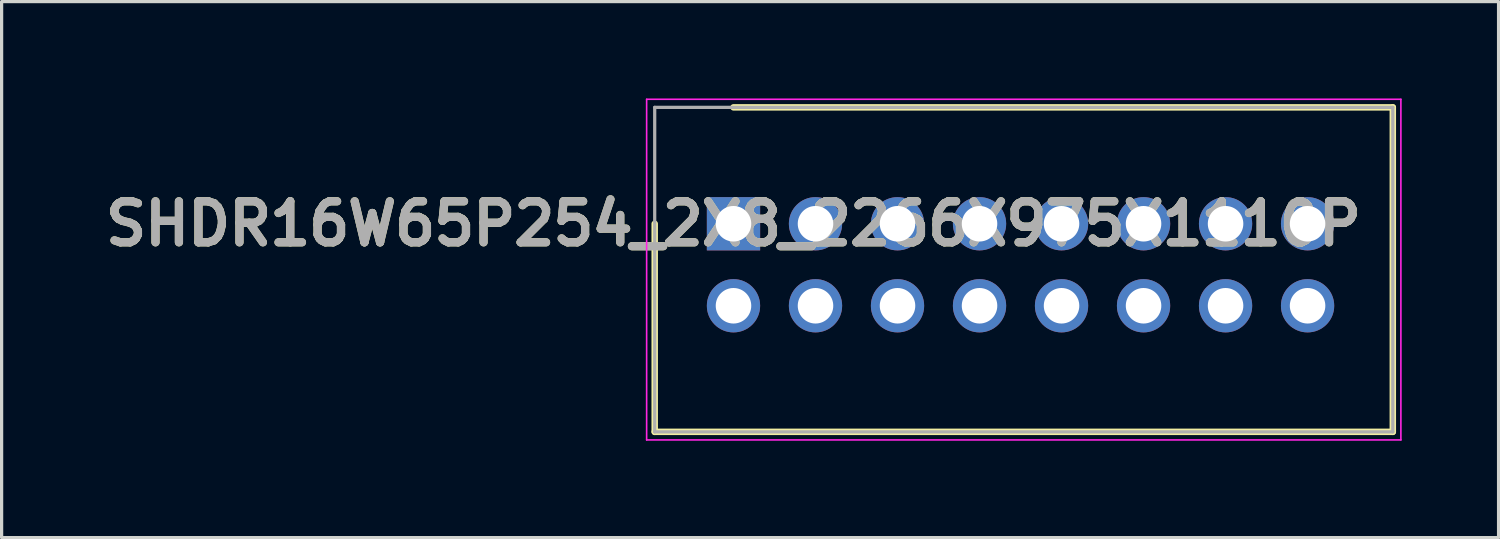
<source format=kicad_pcb>
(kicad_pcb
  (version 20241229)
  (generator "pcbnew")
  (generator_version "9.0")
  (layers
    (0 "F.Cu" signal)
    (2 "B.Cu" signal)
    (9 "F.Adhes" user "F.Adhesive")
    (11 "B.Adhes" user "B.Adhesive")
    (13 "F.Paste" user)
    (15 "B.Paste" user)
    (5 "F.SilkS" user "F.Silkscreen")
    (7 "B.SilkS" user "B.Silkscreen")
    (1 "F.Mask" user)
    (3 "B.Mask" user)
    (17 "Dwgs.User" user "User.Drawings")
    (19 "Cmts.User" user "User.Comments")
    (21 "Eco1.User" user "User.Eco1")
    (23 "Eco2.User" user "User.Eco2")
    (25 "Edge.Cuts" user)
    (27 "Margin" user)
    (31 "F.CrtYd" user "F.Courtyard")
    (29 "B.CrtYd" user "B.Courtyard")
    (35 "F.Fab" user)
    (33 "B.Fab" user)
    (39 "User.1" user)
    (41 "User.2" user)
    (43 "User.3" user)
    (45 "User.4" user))
  (footprint "SHDR16W65P254_2X8_2266X975X1110P"
    (layer "F.Cu")
    (at 19.667 3.88)
    (property "Reference" "SHDR16W65P254_2X8_2266X975X1110P" (at 0 0 0) (layer "F.SilkS") (effects (font (size 1.27 1.27) (thickness 0.254))))
    (attr through_hole)
    (fp_line (start -2.44 6.445) (end -2.44 0) (stroke (width 0.2) (type solid)) (layer "F.SilkS"))
    (fp_line (start 0 -3.605) (end 20.42 -3.605) (stroke (width 0.2) (type solid)) (layer "F.SilkS"))
    (fp_line (start 20.42 -3.605) (end 20.42 6.445) (stroke (width 0.2) (type solid)) (layer "F.SilkS"))
    (fp_line (start 20.42 6.445) (end -2.44 6.445) (stroke (width 0.2) (type solid)) (layer "F.SilkS"))
    (fp_line (start -2.69 -3.855) (end 20.67 -3.855) (stroke (width 0.05) (type solid)) (layer "F.CrtYd"))
    (fp_line (start -2.69 6.695) (end -2.69 -3.855) (stroke (width 0.05) (type solid)) (layer "F.CrtYd"))
    (fp_line (start 20.67 -3.855) (end 20.67 6.695) (stroke (width 0.05) (type solid)) (layer "F.CrtYd"))
    (fp_line (start 20.67 6.695) (end -2.69 6.695) (stroke (width 0.05) (type solid)) (layer "F.CrtYd"))
    (fp_line (start -2.44 -3.605) (end 20.42 -3.605) (stroke (width 0.1) (type solid)) (layer "F.Fab"))
    (fp_line (start -2.44 6.445) (end -2.44 -3.605) (stroke (width 0.1) (type solid)) (layer "F.Fab"))
    (fp_line (start 20.42 -3.605) (end 20.42 6.445) (stroke (width 0.1) (type solid)) (layer "F.Fab"))
    (fp_line (start 20.42 6.445) (end -2.44 6.445) (stroke (width 0.1) (type solid)) (layer "F.Fab"))
    (fp_text user "${REFERENCE}" (at 0 0 0) (layer "F.Fab") (effects (font (size 1.27 1.27) (thickness 0.254))))
    (pad "1" thru_hole rect (at 0 0) (size 1.65 1.65) (drill 1.1) (layers "*.Cu" "*.Mask"))
    (pad "2" thru_hole circle (at 0 2.54) (size 1.65 1.65) (drill 1.1) (layers "*.Cu" "*.Mask"))
    (pad "3" thru_hole circle (at 2.54 0) (size 1.65 1.65) (drill 1.1) (layers "*.Cu" "*.Mask"))
    (pad "4" thru_hole circle (at 2.54 2.54) (size 1.65 1.65) (drill 1.1) (layers "*.Cu" "*.Mask"))
    (pad "5" thru_hole circle (at 5.08 0) (size 1.65 1.65) (drill 1.1) (layers "*.Cu" "*.Mask"))
    (pad "6" thru_hole circle (at 5.08 2.54) (size 1.65 1.65) (drill 1.1) (layers "*.Cu" "*.Mask"))
    (pad "7" thru_hole circle (at 7.62 0) (size 1.65 1.65) (drill 1.1) (layers "*.Cu" "*.Mask"))
    (pad "8" thru_hole circle (at 7.62 2.54) (size 1.65 1.65) (drill 1.1) (layers "*.Cu" "*.Mask"))
    (pad "9" thru_hole circle (at 10.16 0) (size 1.65 1.65) (drill 1.1) (layers "*.Cu" "*.Mask"))
    (pad "10" thru_hole circle (at 10.16 2.54) (size 1.65 1.65) (drill 1.1) (layers "*.Cu" "*.Mask"))
    (pad "11" thru_hole circle (at 12.7 0) (size 1.65 1.65) (drill 1.1) (layers "*.Cu" "*.Mask"))
    (pad "12" thru_hole circle (at 12.7 2.54) (size 1.65 1.65) (drill 1.1) (layers "*.Cu" "*.Mask"))
    (pad "13" thru_hole circle (at 15.24 0) (size 1.65 1.65) (drill 1.1) (layers "*.Cu" "*.Mask"))
    (pad "14" thru_hole circle (at 15.24 2.54) (size 1.65 1.65) (drill 1.1) (layers "*.Cu" "*.Mask"))
    (pad "15" thru_hole circle (at 17.78 0) (size 1.65 1.65) (drill 1.1) (layers "*.Cu" "*.Mask"))
    (pad "16" thru_hole circle (at 17.78 2.54) (size 1.65 1.65) (drill 1.1) (layers "*.Cu" "*.Mask")))
  (gr_rect
    (start -3 -3)
    (end 43.362 13.6)
    (stroke (width 0.1) (type default))
    (fill no)
    (layer "Edge.Cuts")))
</source>
